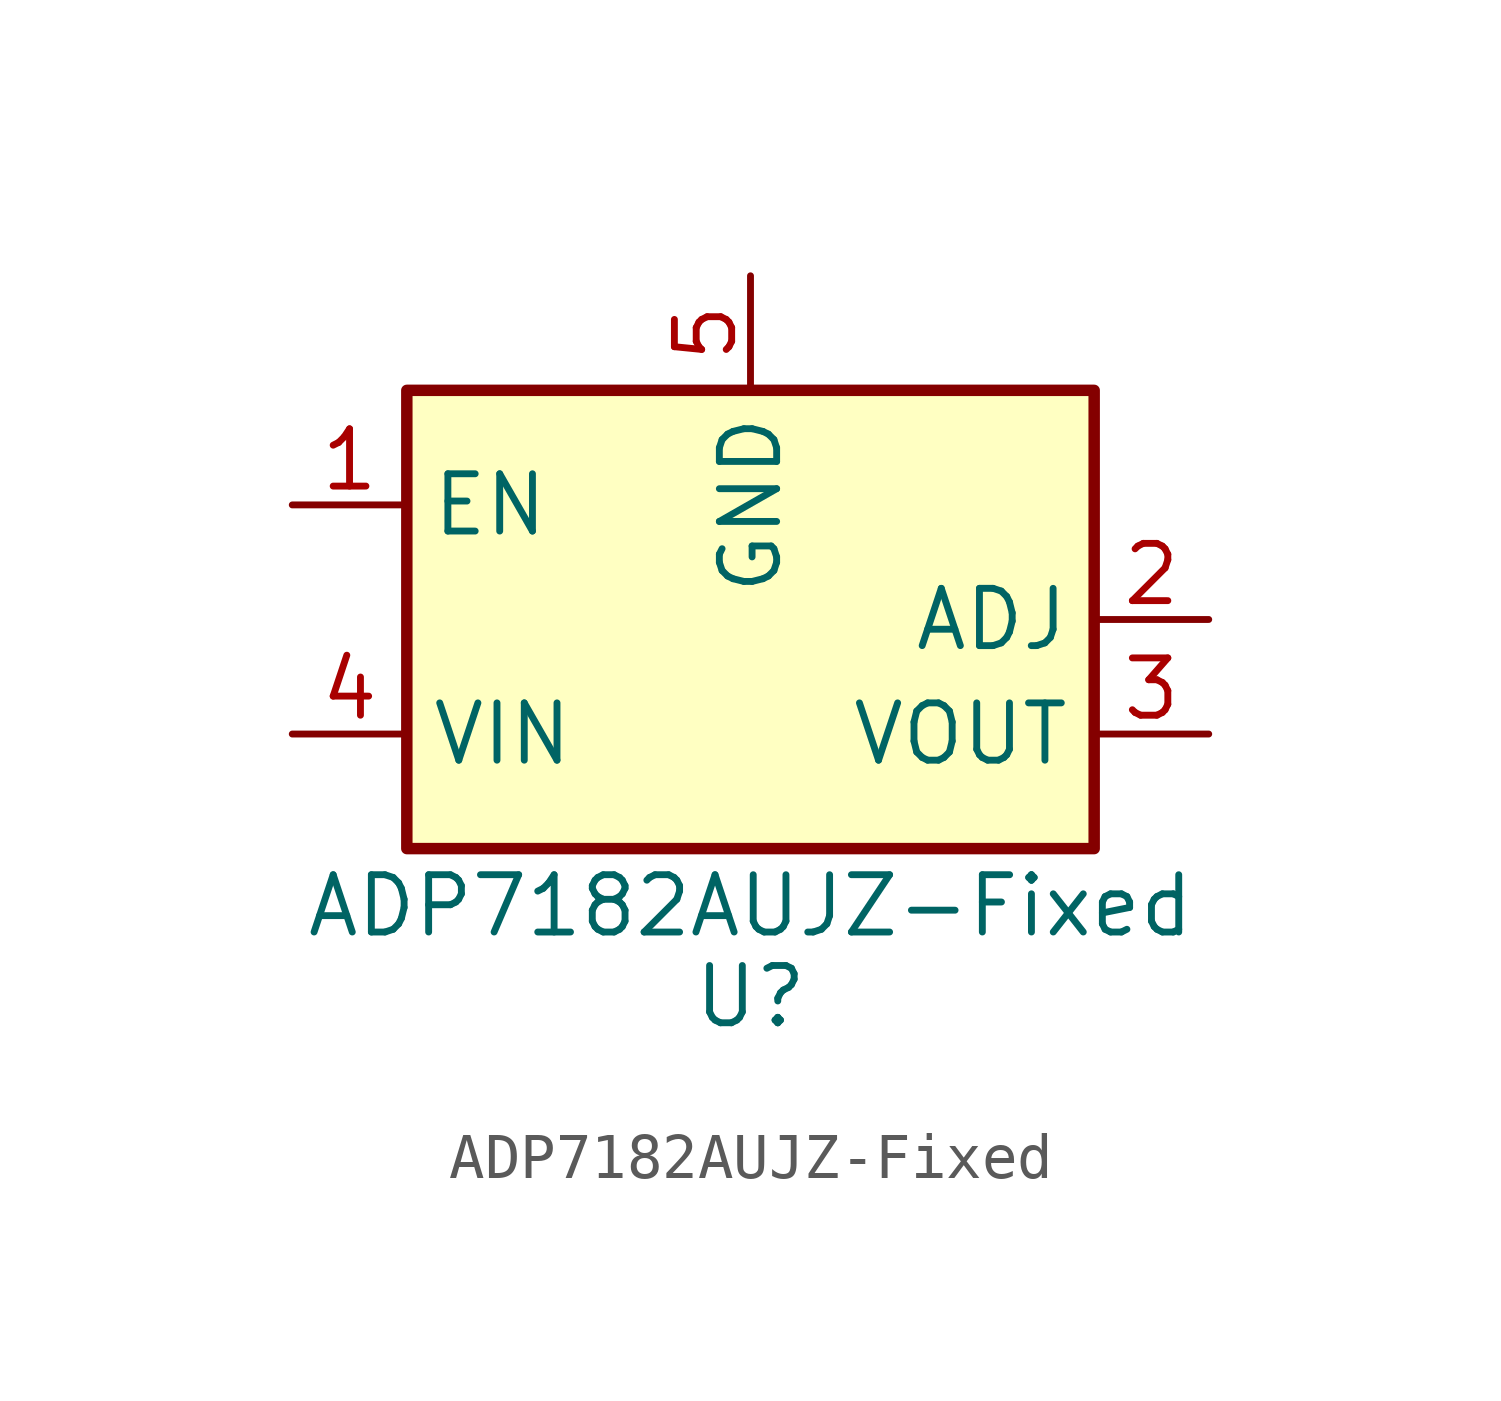
<source format=kicad_sym>
(kicad_symbol_lib
  (version 20211014)
  (generator kicad_symbol_editor)
  (symbol "ADP7182AUJZ-Fixed"
    (property "Reference" "U"
      (at 0 -7.62 0)
      (effects (font (size 1.27 1.27)) (justify top)))
    (property "Value" "ADP7182AUJZ-Fixed"
      (at 0 -6.35 0)
      (effects (font (size 1.27 1.27))))
    (symbol "ADP7182AUJZ-Fixed_0_1"
      (rectangle (start -7.62 5.08) (end 7.62 -5.08) (stroke (width 0.254) (type default) (color 0 0 0 0)) (fill (type background))))
    (symbol "ADP7182AUJZ-Fixed_1_1"
      (pin input line (at -10.16 2.54 0) (length 2.54) (name "EN" (effects (font (size 1.27 1.27)))) (number "1" (effects (font (size 1.27 1.27)))))
      (pin input line (at 10.16 0 180) (length 2.54) (name "ADJ" (effects (font (size 1.27 1.27)))) (number "2" (effects (font (size 1.27 1.27)))))
      (pin power_out line (at 10.16 -2.54 180) (length 2.54) (name "VOUT" (effects (font (size 1.27 1.27)))) (number "3" (effects (font (size 1.27 1.27)))))
      (pin power_in line (at -10.16 -2.54 0) (length 2.54) (name "VIN" (effects (font (size 1.27 1.27)))) (number "4" (effects (font (size 1.27 1.27)))))
      (pin power_in line (at 0 7.62 270) (length 2.54) (name "GND" (effects (font (size 1.27 1.27)))) (number "5" (effects (font (size 1.27 1.27))))))))
</source>
